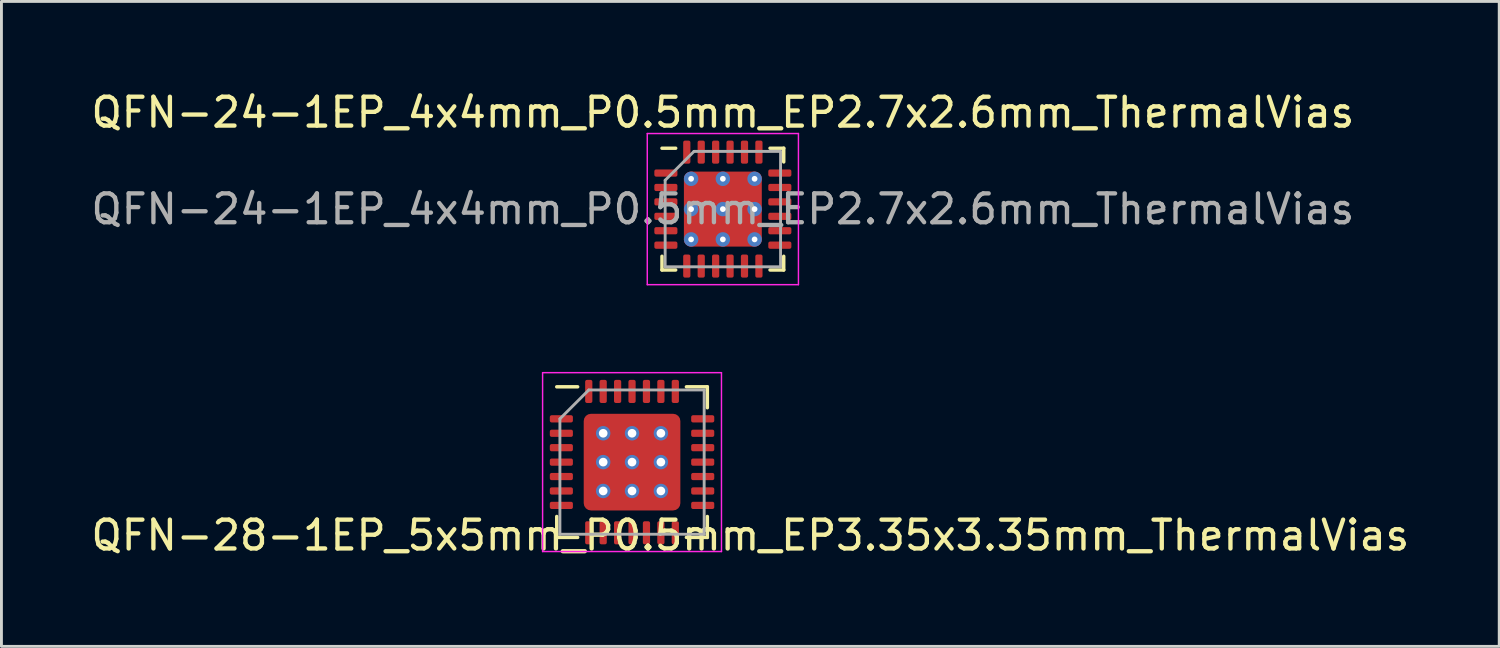
<source format=kicad_pcb>
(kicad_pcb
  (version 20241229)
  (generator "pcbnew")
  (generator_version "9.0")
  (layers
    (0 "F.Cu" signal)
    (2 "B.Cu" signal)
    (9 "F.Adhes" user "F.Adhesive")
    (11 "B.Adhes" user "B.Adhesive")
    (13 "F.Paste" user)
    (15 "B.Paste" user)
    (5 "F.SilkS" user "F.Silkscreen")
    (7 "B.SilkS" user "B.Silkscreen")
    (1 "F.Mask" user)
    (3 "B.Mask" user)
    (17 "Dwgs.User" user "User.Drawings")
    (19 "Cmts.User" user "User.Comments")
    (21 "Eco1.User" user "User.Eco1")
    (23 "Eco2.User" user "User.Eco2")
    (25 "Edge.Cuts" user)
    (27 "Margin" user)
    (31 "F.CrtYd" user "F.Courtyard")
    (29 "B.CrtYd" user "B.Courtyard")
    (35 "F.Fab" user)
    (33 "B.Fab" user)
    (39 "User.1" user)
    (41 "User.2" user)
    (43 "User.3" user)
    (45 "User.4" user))
  (footprint "QFN-24-1EP_4x4mm_P0.5mm_EP2.7x2.6mm_ThermalVias"
    (layer "F.Cu")
    (at 22.006 4.198)
    (property "Reference" "QFN-24-1EP_4x4mm_P0.5mm_EP2.7x2.6mm_ThermalVias" (at 0 -3.35 0) (layer "F.SilkS") (effects (font (size 1 1) (thickness 0.15))))
    (attr smd)
    (fp_line (start -2.11 2.11) (end -2.11 1.635) (stroke (width 0.12) (type solid)) (layer "F.SilkS"))
    (fp_line (start -1.635 -2.11) (end -2.11 -2.11) (stroke (width 0.12) (type solid)) (layer "F.SilkS"))
    (fp_line (start -1.635 2.11) (end -2.11 2.11) (stroke (width 0.12) (type solid)) (layer "F.SilkS"))
    (fp_line (start 1.635 -2.11) (end 2.11 -2.11) (stroke (width 0.12) (type solid)) (layer "F.SilkS"))
    (fp_line (start 1.635 2.11) (end 2.11 2.11) (stroke (width 0.12) (type solid)) (layer "F.SilkS"))
    (fp_line (start 2.11 -2.11) (end 2.11 -1.635) (stroke (width 0.12) (type solid)) (layer "F.SilkS"))
    (fp_line (start 2.11 2.11) (end 2.11 1.635) (stroke (width 0.12) (type solid)) (layer "F.SilkS"))
    (fp_line (start -2.62 -2.62) (end -2.62 2.62) (stroke (width 0.05) (type solid)) (layer "F.CrtYd"))
    (fp_line (start -2.62 2.62) (end 2.62 2.62) (stroke (width 0.05) (type solid)) (layer "F.CrtYd"))
    (fp_line (start 2.62 -2.62) (end -2.62 -2.62) (stroke (width 0.05) (type solid)) (layer "F.CrtYd"))
    (fp_line (start 2.62 2.62) (end 2.62 -2.62) (stroke (width 0.05) (type solid)) (layer "F.CrtYd"))
    (fp_line (start -2 -1) (end -1 -2) (stroke (width 0.1) (type solid)) (layer "F.Fab"))
    (fp_line (start -2 2) (end -2 -1) (stroke (width 0.1) (type solid)) (layer "F.Fab"))
    (fp_line (start -1 -2) (end 2 -2) (stroke (width 0.1) (type solid)) (layer "F.Fab"))
    (fp_line (start 2 -2) (end 2 2) (stroke (width 0.1) (type solid)) (layer "F.Fab"))
    (fp_line (start 2 2) (end -2 2) (stroke (width 0.1) (type solid)) (layer "F.Fab"))
    (fp_text user "${REFERENCE}" (at 0 0 0) (layer "F.Fab") (effects (font (size 1 1) (thickness 0.15))))
    (pad "" smd roundrect (at -0.675 -0.65) (size 1.17 1.13) (layers "F.Paste") (roundrect_rratio 0.221))
    (pad "" smd roundrect (at -0.675 0.65) (size 1.17 1.13) (layers "F.Paste") (roundrect_rratio 0.221))
    (pad "" smd roundrect (at 0.675 -0.65) (size 1.17 1.13) (layers "F.Paste") (roundrect_rratio 0.221))
    (pad "" smd roundrect (at 0.675 0.65) (size 1.17 1.13) (layers "F.Paste") (roundrect_rratio 0.221))
    (pad "1" smd roundrect (at -1.975 -1.25) (size 0.8 0.25) (layers "F.Cu" "F.Mask" "F.Paste") (roundrect_rratio 0.25))
    (pad "2" smd roundrect (at -1.975 -0.75) (size 0.8 0.25) (layers "F.Cu" "F.Mask" "F.Paste") (roundrect_rratio 0.25))
    (pad "3" smd roundrect (at -1.975 -0.25) (size 0.8 0.25) (layers "F.Cu" "F.Mask" "F.Paste") (roundrect_rratio 0.25))
    (pad "4" smd roundrect (at -1.975 0.25) (size 0.8 0.25) (layers "F.Cu" "F.Mask" "F.Paste") (roundrect_rratio 0.25))
    (pad "5" smd roundrect (at -1.975 0.75) (size 0.8 0.25) (layers "F.Cu" "F.Mask" "F.Paste") (roundrect_rratio 0.25))
    (pad "6" smd roundrect (at -1.975 1.25) (size 0.8 0.25) (layers "F.Cu" "F.Mask" "F.Paste") (roundrect_rratio 0.25))
    (pad "7" smd roundrect (at -1.25 1.975) (size 0.25 0.8) (layers "F.Cu" "F.Mask" "F.Paste") (roundrect_rratio 0.25))
    (pad "8" smd roundrect (at -0.75 1.975) (size 0.25 0.8) (layers "F.Cu" "F.Mask" "F.Paste") (roundrect_rratio 0.25))
    (pad "9" smd roundrect (at -0.25 1.975) (size 0.25 0.8) (layers "F.Cu" "F.Mask" "F.Paste") (roundrect_rratio 0.25))
    (pad "10" smd roundrect (at 0.25 1.975) (size 0.25 0.8) (layers "F.Cu" "F.Mask" "F.Paste") (roundrect_rratio 0.25))
    (pad "11" smd roundrect (at 0.75 1.975) (size 0.25 0.8) (layers "F.Cu" "F.Mask" "F.Paste") (roundrect_rratio 0.25))
    (pad "12" smd roundrect (at 1.25 1.975) (size 0.25 0.8) (layers "F.Cu" "F.Mask" "F.Paste") (roundrect_rratio 0.25))
    (pad "13" smd roundrect (at 1.975 1.25) (size 0.8 0.25) (layers "F.Cu" "F.Mask" "F.Paste") (roundrect_rratio 0.25))
    (pad "14" smd roundrect (at 1.975 0.75) (size 0.8 0.25) (layers "F.Cu" "F.Mask" "F.Paste") (roundrect_rratio 0.25))
    (pad "15" smd roundrect (at 1.975 0.25) (size 0.8 0.25) (layers "F.Cu" "F.Mask" "F.Paste") (roundrect_rratio 0.25))
    (pad "16" smd roundrect (at 1.975 -0.25) (size 0.8 0.25) (layers "F.Cu" "F.Mask" "F.Paste") (roundrect_rratio 0.25))
    (pad "17" smd roundrect (at 1.975 -0.75) (size 0.8 0.25) (layers "F.Cu" "F.Mask" "F.Paste") (roundrect_rratio 0.25))
    (pad "18" smd roundrect (at 1.975 -1.25) (size 0.8 0.25) (layers "F.Cu" "F.Mask" "F.Paste") (roundrect_rratio 0.25))
    (pad "19" smd roundrect (at 1.25 -1.975) (size 0.25 0.8) (layers "F.Cu" "F.Mask" "F.Paste") (roundrect_rratio 0.25))
    (pad "20" smd roundrect (at 0.75 -1.975) (size 0.25 0.8) (layers "F.Cu" "F.Mask" "F.Paste") (roundrect_rratio 0.25))
    (pad "21" smd roundrect (at 0.25 -1.975) (size 0.25 0.8) (layers "F.Cu" "F.Mask" "F.Paste") (roundrect_rratio 0.25))
    (pad "22" smd roundrect (at -0.25 -1.975) (size 0.25 0.8) (layers "F.Cu" "F.Mask" "F.Paste") (roundrect_rratio 0.25))
    (pad "23" smd roundrect (at -0.75 -1.975) (size 0.25 0.8) (layers "F.Cu" "F.Mask" "F.Paste") (roundrect_rratio 0.25))
    (pad "24" smd roundrect (at -1.25 -1.975) (size 0.25 0.8) (layers "F.Cu" "F.Mask" "F.Paste") (roundrect_rratio 0.25))
    (pad "25" thru_hole circle (at -1.1 -1.05) (size 0.5 0.5) (drill 0.2) (layers "*.Cu"))
    (pad "25" thru_hole circle (at -1.1 0) (size 0.5 0.5) (drill 0.2) (layers "*.Cu"))
    (pad "25" thru_hole circle (at -1.1 1.05) (size 0.5 0.5) (drill 0.2) (layers "*.Cu"))
    (pad "25" thru_hole circle (at 0 -1.05) (size 0.5 0.5) (drill 0.2) (layers "*.Cu"))
    (pad "25" thru_hole circle (at 0 0) (size 0.5 0.5) (drill 0.2) (layers "*.Cu"))
    (pad "25" smd roundrect (at 0 0) (size 2.7 2.6) (layers "F.Cu" "F.Mask") (roundrect_rratio 0.096))
    (pad "25" thru_hole circle (at 0 1.05) (size 0.5 0.5) (drill 0.2) (layers "*.Cu"))
    (pad "25" thru_hole circle (at 1.1 -1.05) (size 0.5 0.5) (drill 0.2) (layers "*.Cu"))
    (pad "25" thru_hole circle (at 1.1 0) (size 0.5 0.5) (drill 0.2) (layers "*.Cu"))
    (pad "25" thru_hole circle (at 1.1 1.05) (size 0.5 0.5) (drill 0.2) (layers "*.Cu")))
  (footprint "QFN-28-1EP_5x5mm_P0.5mm_EP3.35x3.35mm_ThermalVias"
    (layer "F.Cu")
    (at 18.858 12.968)
    (property "Reference" "QFN-28-1EP_5x5mm_P0.5mm_EP3.35x3.35mm_ThermalVias" (at 4.1 2.538 180) (layer "F.SilkS") (effects (font (size 1 1) (thickness 0.15))))
    (attr smd)
    (fp_line (start -2.61 2.61) (end -2.61 1.885) (stroke (width 0.12) (type solid)) (layer "F.SilkS"))
    (fp_line (start -1.885 -2.61) (end -2.61 -2.61) (stroke (width 0.12) (type solid)) (layer "F.SilkS"))
    (fp_line (start -1.885 2.61) (end -2.61 2.61) (stroke (width 0.12) (type solid)) (layer "F.SilkS"))
    (fp_line (start 1.885 -2.61) (end 2.61 -2.61) (stroke (width 0.12) (type solid)) (layer "F.SilkS"))
    (fp_line (start 1.885 2.61) (end 2.61 2.61) (stroke (width 0.12) (type solid)) (layer "F.SilkS"))
    (fp_line (start 2.61 -2.61) (end 2.61 -1.885) (stroke (width 0.12) (type solid)) (layer "F.SilkS"))
    (fp_line (start 2.61 2.61) (end 2.61 1.885) (stroke (width 0.12) (type solid)) (layer "F.SilkS"))
    (fp_line (start -3.1 -3.1) (end -3.1 3.1) (stroke (width 0.05) (type solid)) (layer "F.CrtYd"))
    (fp_line (start -3.1 3.1) (end 3.1 3.1) (stroke (width 0.05) (type solid)) (layer "F.CrtYd"))
    (fp_line (start 3.1 -3.1) (end -3.1 -3.1) (stroke (width 0.05) (type solid)) (layer "F.CrtYd"))
    (fp_line (start 3.1 3.1) (end 3.1 -3.1) (stroke (width 0.05) (type solid)) (layer "F.CrtYd"))
    (fp_line (start -2.5 -1.5) (end -1.5 -2.5) (stroke (width 0.1) (type solid)) (layer "F.Fab"))
    (fp_line (start -2.5 2.5) (end -2.5 -1.5) (stroke (width 0.1) (type solid)) (layer "F.Fab"))
    (fp_line (start -1.5 -2.5) (end 2.5 -2.5) (stroke (width 0.1) (type solid)) (layer "F.Fab"))
    (fp_line (start 2.5 -2.5) (end 2.5 2.5) (stroke (width 0.1) (type solid)) (layer "F.Fab"))
    (fp_line (start 2.5 2.5) (end -2.5 2.5) (stroke (width 0.1) (type solid)) (layer "F.Fab"))
    (pad "" smd custom (at -1.337 -1.337) (size 0.437 0.437) (layers "F.Paste") (options (anchor circle)) (primitives (gr_poly (pts (xy -0.165 -0.165) (xy 0.165 -0.165) (xy 0.165 0.076) (xy 0.076 0.165) (xy -0.165 0.165)) (width 0.215) (fill yes))))
    (pad "" smd custom (at -1.337 -0.5) (size 0.459 0.459) (layers "F.Paste") (options (anchor circle)) (primitives (gr_poly (pts (xy -0.187 -0.318) (xy 0.116 -0.318) (xy 0.187 -0.247) (xy 0.187 0.247) (xy 0.116 0.318) (xy -0.187 0.318)) (width 0.17) (fill yes))))
    (pad "" smd custom (at -1.337 0.5) (size 0.459 0.459) (layers "F.Paste") (options (anchor circle)) (primitives (gr_poly (pts (xy -0.187 -0.318) (xy 0.116 -0.318) (xy 0.187 -0.247) (xy 0.187 0.247) (xy 0.116 0.318) (xy -0.187 0.318)) (width 0.17) (fill yes))))
    (pad "" smd custom (at -1.337 1.337) (size 0.437 0.437) (layers "F.Paste") (options (anchor circle)) (primitives (gr_poly (pts (xy -0.165 -0.165) (xy 0.076 -0.165) (xy 0.165 -0.076) (xy 0.165 0.165) (xy -0.165 0.165)) (width 0.215) (fill yes))))
    (pad "" smd custom (at -0.5 -1.337) (size 0.459 0.459) (layers "F.Paste") (options (anchor circle)) (primitives (gr_poly (pts (xy -0.318 -0.187) (xy 0.318 -0.187) (xy 0.318 0.116) (xy 0.247 0.187) (xy -0.247 0.187) (xy -0.318 0.116)) (width 0.17) (fill yes))))
    (pad "" smd roundrect (at -0.5 -0.5) (size 0.806 0.806) (layers "F.Paste") (roundrect_rratio 0.25))
    (pad "" smd roundrect (at -0.5 0.5) (size 0.806 0.806) (layers "F.Paste") (roundrect_rratio 0.25))
    (pad "" smd custom (at -0.5 1.337) (size 0.459 0.459) (layers "F.Paste") (options (anchor circle)) (primitives (gr_poly (pts (xy -0.318 -0.116) (xy -0.247 -0.187) (xy 0.247 -0.187) (xy 0.318 -0.116) (xy 0.318 0.187) (xy -0.318 0.187)) (width 0.17) (fill yes))))
    (pad "" smd custom (at 0.5 -1.337) (size 0.459 0.459) (layers "F.Paste") (options (anchor circle)) (primitives (gr_poly (pts (xy -0.318 -0.187) (xy 0.318 -0.187) (xy 0.318 0.116) (xy 0.247 0.187) (xy -0.247 0.187) (xy -0.318 0.116)) (width 0.17) (fill yes))))
    (pad "" smd roundrect (at 0.5 -0.5) (size 0.806 0.806) (layers "F.Paste") (roundrect_rratio 0.25))
    (pad "" smd roundrect (at 0.5 0.5) (size 0.806 0.806) (layers "F.Paste") (roundrect_rratio 0.25))
    (pad "" smd custom (at 0.5 1.337) (size 0.459 0.459) (layers "F.Paste") (options (anchor circle)) (primitives (gr_poly (pts (xy -0.318 -0.116) (xy -0.247 -0.187) (xy 0.247 -0.187) (xy 0.318 -0.116) (xy 0.318 0.187) (xy -0.318 0.187)) (width 0.17) (fill yes))))
    (pad "" smd custom (at 1.337 -1.337) (size 0.437 0.437) (layers "F.Paste") (options (anchor circle)) (primitives (gr_poly (pts (xy -0.165 -0.165) (xy 0.165 -0.165) (xy 0.165 0.165) (xy -0.076 0.165) (xy -0.165 0.076)) (width 0.215) (fill yes))))
    (pad "" smd custom (at 1.337 -0.5) (size 0.459 0.459) (layers "F.Paste") (options (anchor circle)) (primitives (gr_poly (pts (xy -0.187 -0.247) (xy -0.116 -0.318) (xy 0.187 -0.318) (xy 0.187 0.318) (xy -0.116 0.318) (xy -0.187 0.247)) (width 0.17) (fill yes))))
    (pad "" smd custom (at 1.337 0.5) (size 0.459 0.459) (layers "F.Paste") (options (anchor circle)) (primitives (gr_poly (pts (xy -0.187 -0.247) (xy -0.116 -0.318) (xy 0.187 -0.318) (xy 0.187 0.318) (xy -0.116 0.318) (xy -0.187 0.247)) (width 0.17) (fill yes))))
    (pad "" smd custom (at 1.337 1.337) (size 0.437 0.437) (layers "F.Paste") (options (anchor circle)) (primitives (gr_poly (pts (xy -0.165 -0.076) (xy -0.076 -0.165) (xy 0.165 -0.165) (xy 0.165 0.165) (xy -0.165 0.165)) (width 0.215) (fill yes))))
    (pad "1" smd roundrect (at -2.45 -1.5) (size 0.8 0.25) (layers "F.Cu" "F.Mask" "F.Paste") (roundrect_rratio 0.25))
    (pad "2" smd roundrect (at -2.45 -1) (size 0.8 0.25) (layers "F.Cu" "F.Mask" "F.Paste") (roundrect_rratio 0.25))
    (pad "3" smd roundrect (at -2.45 -0.5) (size 0.8 0.25) (layers "F.Cu" "F.Mask" "F.Paste") (roundrect_rratio 0.25))
    (pad "4" smd roundrect (at -2.45 0) (size 0.8 0.25) (layers "F.Cu" "F.Mask" "F.Paste") (roundrect_rratio 0.25))
    (pad "5" smd roundrect (at -2.45 0.5) (size 0.8 0.25) (layers "F.Cu" "F.Mask" "F.Paste") (roundrect_rratio 0.25))
    (pad "6" smd roundrect (at -2.45 1) (size 0.8 0.25) (layers "F.Cu" "F.Mask" "F.Paste") (roundrect_rratio 0.25))
    (pad "7" smd roundrect (at -2.45 1.5) (size 0.8 0.25) (layers "F.Cu" "F.Mask" "F.Paste") (roundrect_rratio 0.25))
    (pad "8" smd roundrect (at -1.5 2.45) (size 0.25 0.8) (layers "F.Cu" "F.Mask" "F.Paste") (roundrect_rratio 0.25))
    (pad "9" smd roundrect (at -1 2.45) (size 0.25 0.8) (layers "F.Cu" "F.Mask" "F.Paste") (roundrect_rratio 0.25))
    (pad "10" smd roundrect (at -0.5 2.45) (size 0.25 0.8) (layers "F.Cu" "F.Mask" "F.Paste") (roundrect_rratio 0.25))
    (pad "11" smd roundrect (at 0 2.45) (size 0.25 0.8) (layers "F.Cu" "F.Mask" "F.Paste") (roundrect_rratio 0.25))
    (pad "12" smd roundrect (at 0.5 2.45) (size 0.25 0.8) (layers "F.Cu" "F.Mask" "F.Paste") (roundrect_rratio 0.25))
    (pad "13" smd roundrect (at 1 2.45) (size 0.25 0.8) (layers "F.Cu" "F.Mask" "F.Paste") (roundrect_rratio 0.25))
    (pad "14" smd roundrect (at 1.5 2.45) (size 0.25 0.8) (layers "F.Cu" "F.Mask" "F.Paste") (roundrect_rratio 0.25))
    (pad "15" smd roundrect (at 2.45 1.5) (size 0.8 0.25) (layers "F.Cu" "F.Mask" "F.Paste") (roundrect_rratio 0.25))
    (pad "16" smd roundrect (at 2.45 1) (size 0.8 0.25) (layers "F.Cu" "F.Mask" "F.Paste") (roundrect_rratio 0.25))
    (pad "17" smd roundrect (at 2.45 0.5) (size 0.8 0.25) (layers "F.Cu" "F.Mask" "F.Paste") (roundrect_rratio 0.25))
    (pad "18" smd roundrect (at 2.45 0) (size 0.8 0.25) (layers "F.Cu" "F.Mask" "F.Paste") (roundrect_rratio 0.25))
    (pad "19" smd roundrect (at 2.45 -0.5) (size 0.8 0.25) (layers "F.Cu" "F.Mask" "F.Paste") (roundrect_rratio 0.25))
    (pad "20" smd roundrect (at 2.45 -1) (size 0.8 0.25) (layers "F.Cu" "F.Mask" "F.Paste") (roundrect_rratio 0.25))
    (pad "21" smd roundrect (at 2.45 -1.5) (size 0.8 0.25) (layers "F.Cu" "F.Mask" "F.Paste") (roundrect_rratio 0.25))
    (pad "22" smd roundrect (at 1.5 -2.45) (size 0.25 0.8) (layers "F.Cu" "F.Mask" "F.Paste") (roundrect_rratio 0.25))
    (pad "23" smd roundrect (at 1 -2.45) (size 0.25 0.8) (layers "F.Cu" "F.Mask" "F.Paste") (roundrect_rratio 0.25))
    (pad "24" smd roundrect (at 0.5 -2.45) (size 0.25 0.8) (layers "F.Cu" "F.Mask" "F.Paste") (roundrect_rratio 0.25))
    (pad "25" smd roundrect (at 0 -2.45) (size 0.25 0.8) (layers "F.Cu" "F.Mask" "F.Paste") (roundrect_rratio 0.25))
    (pad "26" smd roundrect (at -0.5 -2.45) (size 0.25 0.8) (layers "F.Cu" "F.Mask" "F.Paste") (roundrect_rratio 0.25))
    (pad "27" smd roundrect (at -1 -2.45) (size 0.25 0.8) (layers "F.Cu" "F.Mask" "F.Paste") (roundrect_rratio 0.25))
    (pad "28" smd roundrect (at -1.5 -2.45) (size 0.25 0.8) (layers "F.Cu" "F.Mask" "F.Paste") (roundrect_rratio 0.25))
    (pad "29" thru_hole circle (at -1 -1) (size 0.5 0.5) (drill 0.3) (layers "*.Cu"))
    (pad "29" thru_hole circle (at -1 0) (size 0.5 0.5) (drill 0.3) (layers "*.Cu"))
    (pad "29" thru_hole circle (at -1 1) (size 0.5 0.5) (drill 0.3) (layers "*.Cu"))
    (pad "29" thru_hole circle (at 0 -1) (size 0.5 0.5) (drill 0.3) (layers "*.Cu"))
    (pad "29" thru_hole circle (at 0 0) (size 0.5 0.5) (drill 0.3) (layers "*.Cu"))
    (pad "29" smd roundrect (at 0 0) (size 3.35 3.35) (layers "F.Cu" "F.Mask") (roundrect_rratio 0.075))
    (pad "29" thru_hole circle (at 0 1) (size 0.5 0.5) (drill 0.3) (layers "*.Cu"))
    (pad "29" thru_hole circle (at 1 -1) (size 0.5 0.5) (drill 0.3) (layers "*.Cu"))
    (pad "29" thru_hole circle (at 1 0) (size 0.5 0.5) (drill 0.3) (layers "*.Cu"))
    (pad "29" thru_hole circle (at 1 1) (size 0.5 0.5) (drill 0.3) (layers "*.Cu")))
  (gr_rect
    (start -3 -3)
    (end 48.917 19.354)
    (stroke (width 0.1) (type default))
    (fill no)
    (layer "Edge.Cuts")))
</source>
